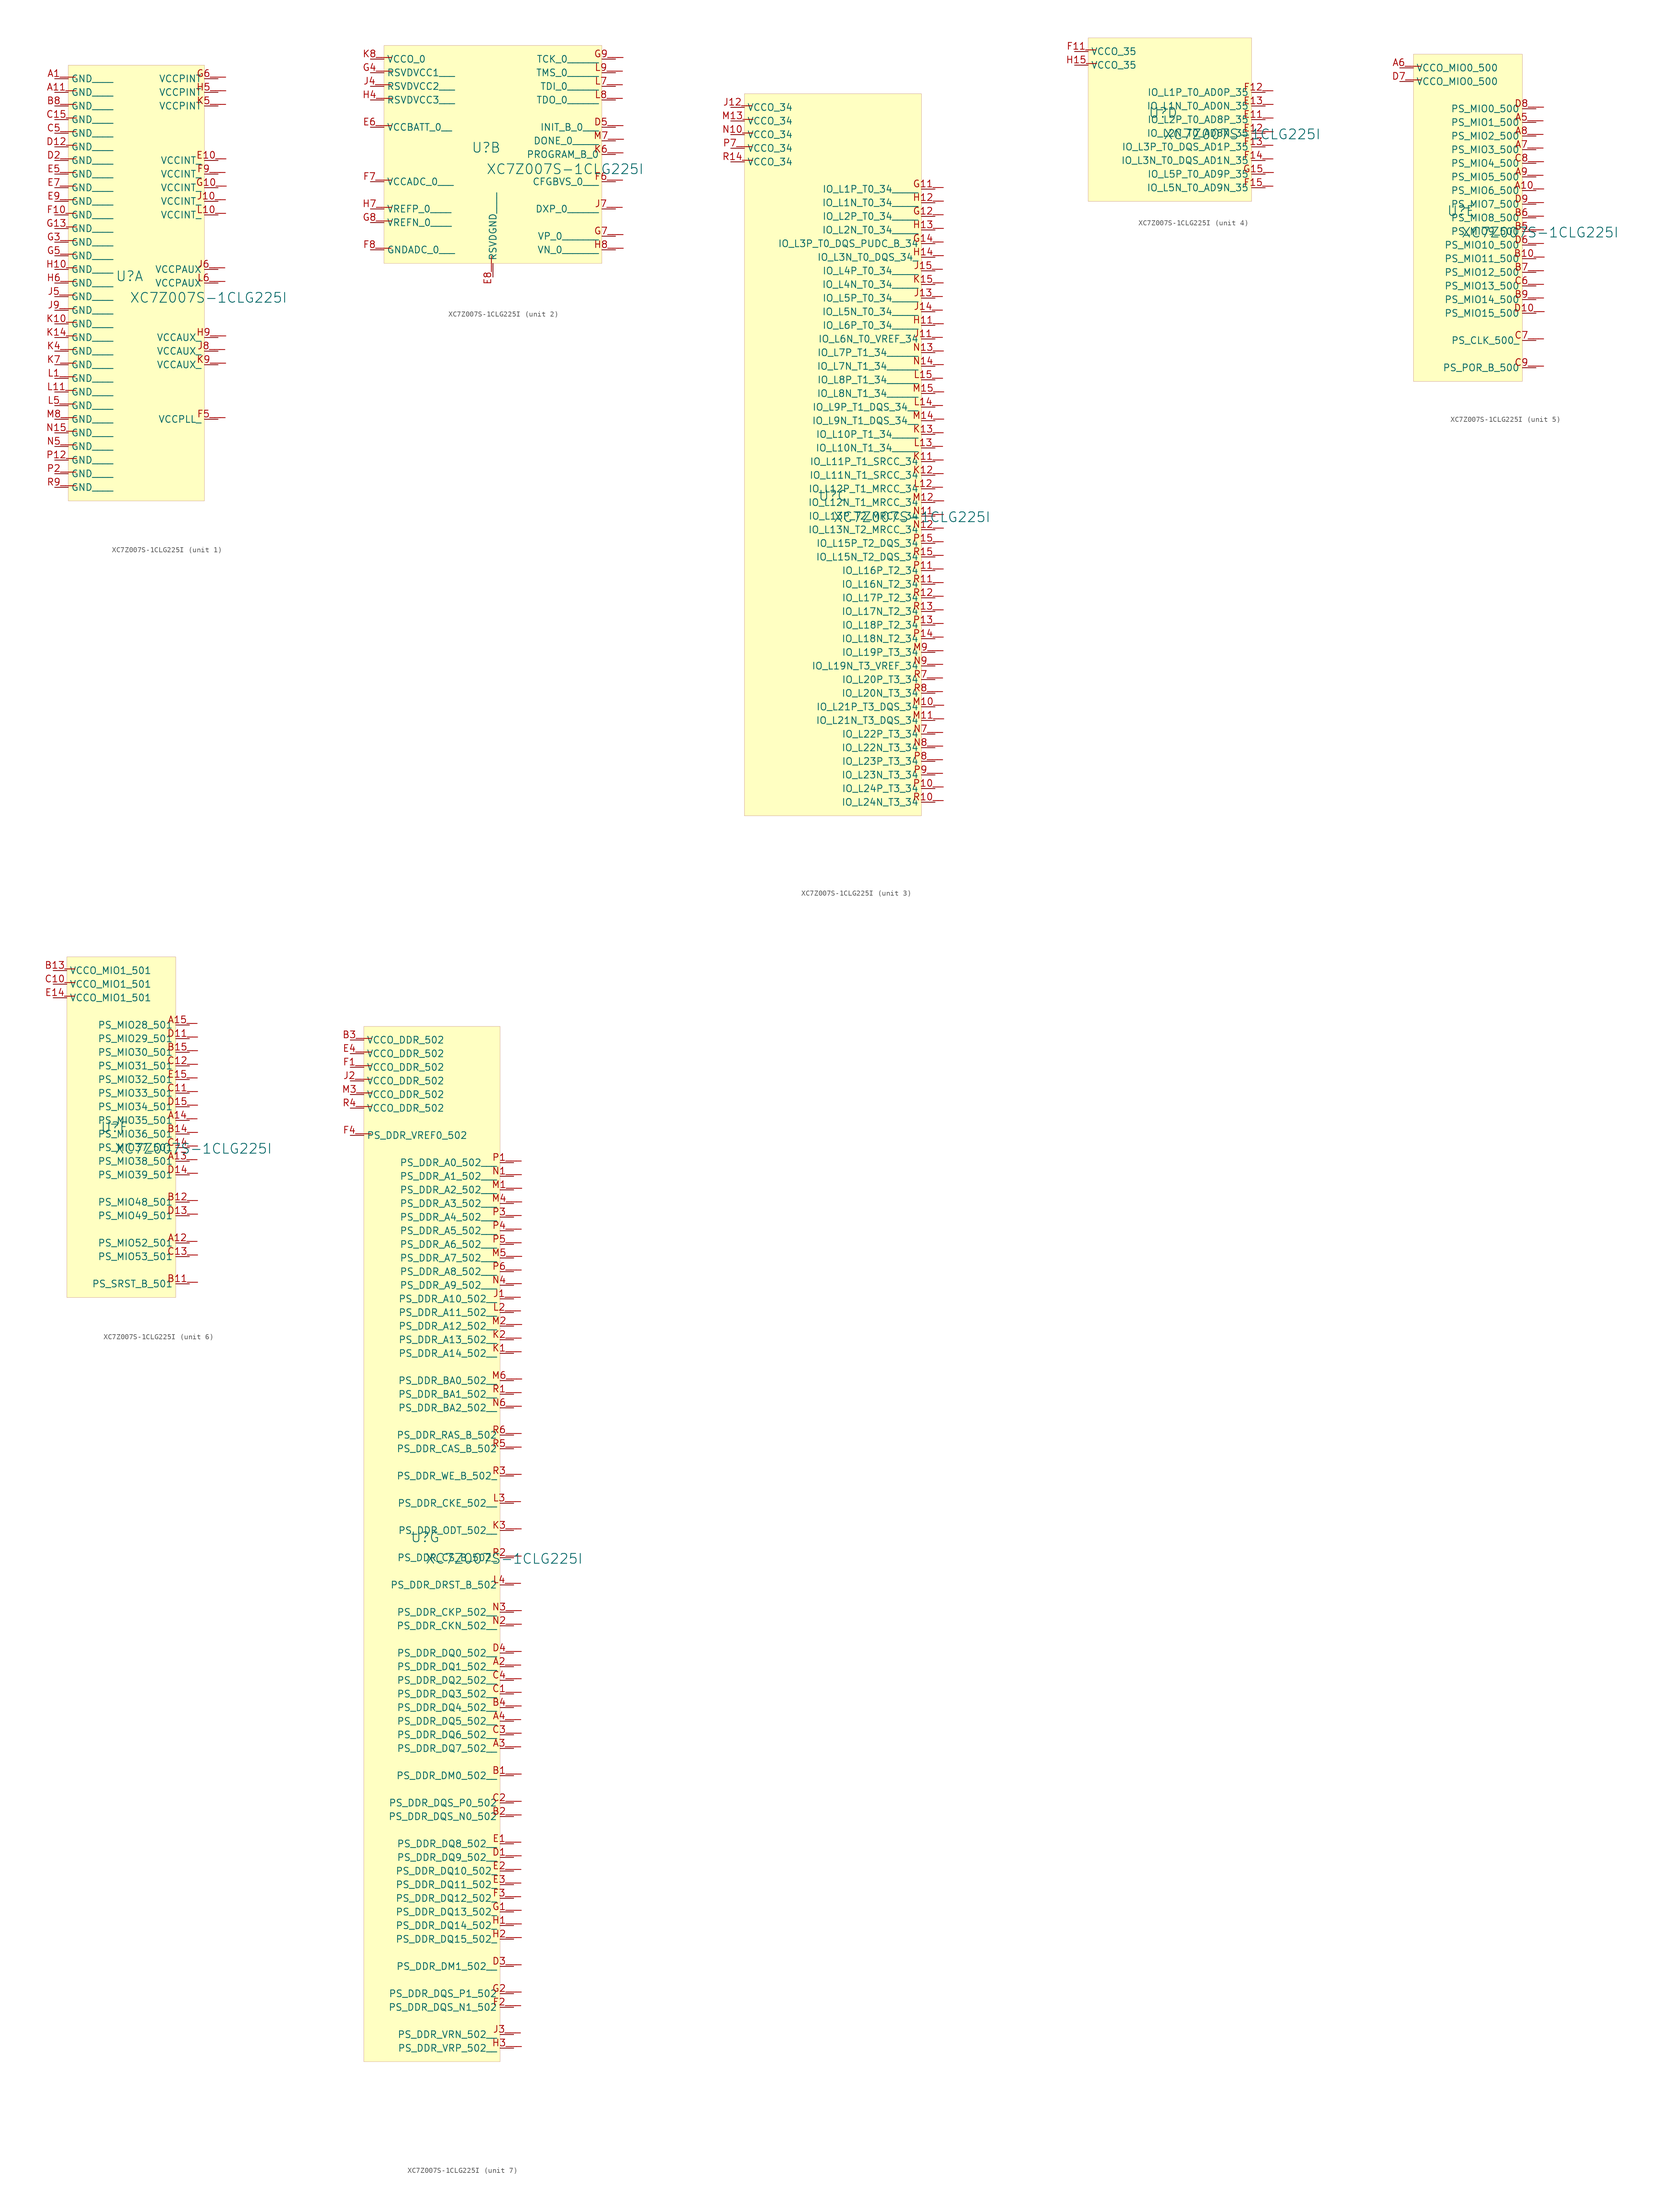
<source format=kicad_sym>
(kicad_symbol_lib
  (version 20231120)
  (generator "kicad_symbol_editor")
  (generator_version "8.0")
  (symbol "XC7Z007S-1CLG225I"
    (property "Reference" "U"
      (at -1.27 1.27 0)
      (effects (font (size 1.829 1.829))))
    (property "Value" "XC7Z007S-1CLG225I"
      (at -1.27 -3.81 0)
      (effects (font (size 1.829 1.829)) (justify left bottom)))
    (symbol "XC7Z007S-1CLG225I_1_0"
      (rectangle (start 12.7 40.64) (end -12.7 -40.64) (stroke (width 0.025) (type solid) (color 128 0 0 1)) (fill (type background)))
      (pin passive line (at -15.24 35.56 0) (length 2.54) (name "GND____" (effects (font (size 1.27 1.27)))) (number "A11__" (effects (font (size 1.27 1.27)))))
      (pin passive line (at -15.24 38.1 0) (length 2.54) (name "GND____" (effects (font (size 1.27 1.27)))) (number "A1___" (effects (font (size 1.27 1.27)))))
      (pin passive line (at -15.24 33.02 0) (length 2.54) (name "GND____" (effects (font (size 1.27 1.27)))) (number "B8___" (effects (font (size 1.27 1.27)))))
      (pin passive line (at -15.24 30.48 0) (length 2.54) (name "GND____" (effects (font (size 1.27 1.27)))) (number "C15__" (effects (font (size 1.27 1.27)))))
      (pin passive line (at -15.24 27.94 0) (length 2.54) (name "GND____" (effects (font (size 1.27 1.27)))) (number "C5___" (effects (font (size 1.27 1.27)))))
      (pin passive line (at -15.24 25.4 0) (length 2.54) (name "GND____" (effects (font (size 1.27 1.27)))) (number "D12__" (effects (font (size 1.27 1.27)))))
      (pin passive line (at -15.24 22.86 0) (length 2.54) (name "GND____" (effects (font (size 1.27 1.27)))) (number "D2___" (effects (font (size 1.27 1.27)))))
      (pin passive line (at 15.24 22.86 180) (length 2.54) (name "VCCINT_" (effects (font (size 1.27 1.27)))) (number "E10__" (effects (font (size 1.27 1.27)))))
      (pin passive line (at -15.24 20.32 0) (length 2.54) (name "GND____" (effects (font (size 1.27 1.27)))) (number "E5___" (effects (font (size 1.27 1.27)))))
      (pin passive line (at -15.24 17.78 0) (length 2.54) (name "GND____" (effects (font (size 1.27 1.27)))) (number "E7___" (effects (font (size 1.27 1.27)))))
      (pin passive line (at -15.24 15.24 0) (length 2.54) (name "GND____" (effects (font (size 1.27 1.27)))) (number "E9___" (effects (font (size 1.27 1.27)))))
      (pin passive line (at -15.24 12.7 0) (length 2.54) (name "GND____" (effects (font (size 1.27 1.27)))) (number "F10__" (effects (font (size 1.27 1.27)))))
      (pin passive line (at 15.24 -25.4 180) (length 2.54) (name "VCCPLL_" (effects (font (size 1.27 1.27)))) (number "F5___" (effects (font (size 1.27 1.27)))))
      (pin passive line (at 15.24 20.32 180) (length 2.54) (name "VCCINT_" (effects (font (size 1.27 1.27)))) (number "F9___" (effects (font (size 1.27 1.27)))))
      (pin passive line (at 15.24 17.78 180) (length 2.54) (name "VCCINT_" (effects (font (size 1.27 1.27)))) (number "G10__" (effects (font (size 1.27 1.27)))))
      (pin passive line (at -15.24 10.16 0) (length 2.54) (name "GND____" (effects (font (size 1.27 1.27)))) (number "G13__" (effects (font (size 1.27 1.27)))))
      (pin passive line (at -15.24 7.62 0) (length 2.54) (name "GND____" (effects (font (size 1.27 1.27)))) (number "G3___" (effects (font (size 1.27 1.27)))))
      (pin passive line (at -15.24 5.08 0) (length 2.54) (name "GND____" (effects (font (size 1.27 1.27)))) (number "G5___" (effects (font (size 1.27 1.27)))))
      (pin passive line (at 15.24 38.1 180) (length 2.54) (name "VCCPINT" (effects (font (size 1.27 1.27)))) (number "G6___" (effects (font (size 1.27 1.27)))))
      (pin passive line (at -15.24 2.54 0) (length 2.54) (name "GND____" (effects (font (size 1.27 1.27)))) (number "H10__" (effects (font (size 1.27 1.27)))))
      (pin passive line (at 15.24 35.56 180) (length 2.54) (name "VCCPINT" (effects (font (size 1.27 1.27)))) (number "H5___" (effects (font (size 1.27 1.27)))))
      (pin passive line (at -15.24 0 0) (length 2.54) (name "GND____" (effects (font (size 1.27 1.27)))) (number "H6___" (effects (font (size 1.27 1.27)))))
      (pin passive line (at 15.24 -10.16 180) (length 2.54) (name "VCCAUX_" (effects (font (size 1.27 1.27)))) (number "H9___" (effects (font (size 1.27 1.27)))))
      (pin passive line (at 15.24 15.24 180) (length 2.54) (name "VCCINT_" (effects (font (size 1.27 1.27)))) (number "J10__" (effects (font (size 1.27 1.27)))))
      (pin passive line (at -15.24 -2.54 0) (length 2.54) (name "GND____" (effects (font (size 1.27 1.27)))) (number "J5___" (effects (font (size 1.27 1.27)))))
      (pin passive line (at 15.24 2.54 180) (length 2.54) (name "VCCPAUX" (effects (font (size 1.27 1.27)))) (number "J6___" (effects (font (size 1.27 1.27)))))
      (pin passive line (at 15.24 -12.7 180) (length 2.54) (name "VCCAUX_" (effects (font (size 1.27 1.27)))) (number "J8___" (effects (font (size 1.27 1.27)))))
      (pin passive line (at -15.24 -5.08 0) (length 2.54) (name "GND____" (effects (font (size 1.27 1.27)))) (number "J9___" (effects (font (size 1.27 1.27)))))
      (pin passive line (at -15.24 -7.62 0) (length 2.54) (name "GND____" (effects (font (size 1.27 1.27)))) (number "K10__" (effects (font (size 1.27 1.27)))))
      (pin passive line (at -15.24 -10.16 0) (length 2.54) (name "GND____" (effects (font (size 1.27 1.27)))) (number "K14__" (effects (font (size 1.27 1.27)))))
      (pin passive line (at -15.24 -12.7 0) (length 2.54) (name "GND____" (effects (font (size 1.27 1.27)))) (number "K4___" (effects (font (size 1.27 1.27)))))
      (pin passive line (at 15.24 33.02 180) (length 2.54) (name "VCCPINT" (effects (font (size 1.27 1.27)))) (number "K5___" (effects (font (size 1.27 1.27)))))
      (pin passive line (at -15.24 -15.24 0) (length 2.54) (name "GND____" (effects (font (size 1.27 1.27)))) (number "K7___" (effects (font (size 1.27 1.27)))))
      (pin passive line (at 15.24 -15.24 180) (length 2.54) (name "VCCAUX_" (effects (font (size 1.27 1.27)))) (number "K9___" (effects (font (size 1.27 1.27)))))
      (pin passive line (at 15.24 12.7 180) (length 2.54) (name "VCCINT_" (effects (font (size 1.27 1.27)))) (number "L10__" (effects (font (size 1.27 1.27)))))
      (pin passive line (at -15.24 -20.32 0) (length 2.54) (name "GND____" (effects (font (size 1.27 1.27)))) (number "L11__" (effects (font (size 1.27 1.27)))))
      (pin passive line (at -15.24 -17.78 0) (length 2.54) (name "GND____" (effects (font (size 1.27 1.27)))) (number "L1___" (effects (font (size 1.27 1.27)))))
      (pin passive line (at -15.24 -22.86 0) (length 2.54) (name "GND____" (effects (font (size 1.27 1.27)))) (number "L5___" (effects (font (size 1.27 1.27)))))
      (pin passive line (at 15.24 0 180) (length 2.54) (name "VCCPAUX" (effects (font (size 1.27 1.27)))) (number "L6___" (effects (font (size 1.27 1.27)))))
      (pin passive line (at -15.24 -25.4 0) (length 2.54) (name "GND____" (effects (font (size 1.27 1.27)))) (number "M8___" (effects (font (size 1.27 1.27)))))
      (pin passive line (at -15.24 -27.94 0) (length 2.54) (name "GND____" (effects (font (size 1.27 1.27)))) (number "N15__" (effects (font (size 1.27 1.27)))))
      (pin passive line (at -15.24 -30.48 0) (length 2.54) (name "GND____" (effects (font (size 1.27 1.27)))) (number "N5___" (effects (font (size 1.27 1.27)))))
      (pin passive line (at -15.24 -33.02 0) (length 2.54) (name "GND____" (effects (font (size 1.27 1.27)))) (number "P12__" (effects (font (size 1.27 1.27)))))
      (pin passive line (at -15.24 -35.56 0) (length 2.54) (name "GND____" (effects (font (size 1.27 1.27)))) (number "P2___" (effects (font (size 1.27 1.27)))))
      (pin passive line (at -15.24 -38.1 0) (length 2.54) (name "GND____" (effects (font (size 1.27 1.27)))) (number "R9___" (effects (font (size 1.27 1.27))))))
    (symbol "XC7Z007S-1CLG225I_2_0"
      (rectangle (start 20.32 20.32) (end -20.32 -20.32) (stroke (width 0.025) (type solid) (color 128 0 0 1)) (fill (type background)))
      (pin passive line (at 22.86 5.08 180) (length 2.54) (name "INIT_B_0___" (effects (font (size 1.27 1.27)))) (number "D5___" (effects (font (size 1.27 1.27)))))
      (pin passive line (at -22.86 5.08 0) (length 2.54) (name "VCCBATT_0__" (effects (font (size 1.27 1.27)))) (number "E6___" (effects (font (size 1.27 1.27)))))
      (pin passive line (at 0 -22.86 90) (length 2.54) (name "RSVDGND____" (effects (font (size 1.27 1.27)))) (number "E8___" (effects (font (size 1.27 1.27)))))
      (pin passive line (at 22.86 -5.08 180) (length 2.54) (name "CFGBVS_0___" (effects (font (size 1.27 1.27)))) (number "F6___" (effects (font (size 1.27 1.27)))))
      (pin passive line (at -22.86 -5.08 0) (length 2.54) (name "VCCADC_0___" (effects (font (size 1.27 1.27)))) (number "F7___" (effects (font (size 1.27 1.27)))))
      (pin passive line (at -22.86 -17.78 0) (length 2.54) (name "GNDADC_0___" (effects (font (size 1.27 1.27)))) (number "F8___" (effects (font (size 1.27 1.27)))))
      (pin passive line (at -22.86 15.24 0) (length 2.54) (name "RSVDVCC1___" (effects (font (size 1.27 1.27)))) (number "G4___" (effects (font (size 1.27 1.27)))))
      (pin passive line (at 22.86 -15.24 180) (length 2.54) (name "VP_0_______" (effects (font (size 1.27 1.27)))) (number "G7___" (effects (font (size 1.27 1.27)))))
      (pin passive line (at -22.86 -12.7 0) (length 2.54) (name "VREFN_0____" (effects (font (size 1.27 1.27)))) (number "G8___" (effects (font (size 1.27 1.27)))))
      (pin passive line (at 22.86 17.78 180) (length 2.54) (name "TCK_0______" (effects (font (size 1.27 1.27)))) (number "G9___" (effects (font (size 1.27 1.27)))))
      (pin passive line (at -22.86 10.16 0) (length 2.54) (name "RSVDVCC3___" (effects (font (size 1.27 1.27)))) (number "H4___" (effects (font (size 1.27 1.27)))))
      (pin passive line (at -22.86 -10.16 0) (length 2.54) (name "VREFP_0____" (effects (font (size 1.27 1.27)))) (number "H7___" (effects (font (size 1.27 1.27)))))
      (pin passive line (at 22.86 -17.78 180) (length 2.54) (name "VN_0_______" (effects (font (size 1.27 1.27)))) (number "H8___" (effects (font (size 1.27 1.27)))))
      (pin passive line (at -22.86 12.7 0) (length 2.54) (name "RSVDVCC2___" (effects (font (size 1.27 1.27)))) (number "J4___" (effects (font (size 1.27 1.27)))))
      (pin passive line (at 22.86 -10.16 180) (length 2.54) (name "DXP_0______" (effects (font (size 1.27 1.27)))) (number "J7___" (effects (font (size 1.27 1.27)))))
      (pin passive line (at 22.86 0 180) (length 2.54) (name "PROGRAM_B_0" (effects (font (size 1.27 1.27)))) (number "K6___" (effects (font (size 1.27 1.27)))))
      (pin passive line (at -22.86 17.78 0) (length 2.54) (name "VCCO_0" (effects (font (size 1.27 1.27)))) (number "K8___" (effects (font (size 1.27 1.27)))))
      (pin passive line (at 22.86 12.7 180) (length 2.54) (name "TDI_0______" (effects (font (size 1.27 1.27)))) (number "L7___" (effects (font (size 1.27 1.27)))))
      (pin passive line (at 22.86 10.16 180) (length 2.54) (name "TDO_0______" (effects (font (size 1.27 1.27)))) (number "L8___" (effects (font (size 1.27 1.27)))))
      (pin passive line (at 22.86 15.24 180) (length 2.54) (name "TMS_0______" (effects (font (size 1.27 1.27)))) (number "L9___" (effects (font (size 1.27 1.27)))))
      (pin passive line (at 22.86 2.54 180) (length 2.54) (name "DONE_0_____" (effects (font (size 1.27 1.27)))) (number "M7___" (effects (font (size 1.27 1.27))))))
    (symbol "XC7Z007S-1CLG225I_3_0"
      (rectangle (start 15.24 76.2) (end -17.78 -58.42) (stroke (width 0.025) (type solid) (color 128 0 0 1)) (fill (type background)))
      (pin passive line (at 17.78 58.42 180) (length 2.54) (name "IO_L1P_T0_34_____" (effects (font (size 1.27 1.27)))) (number "G11__" (effects (font (size 1.27 1.27)))))
      (pin passive line (at 17.78 53.34 180) (length 2.54) (name "IO_L2P_T0_34_____" (effects (font (size 1.27 1.27)))) (number "G12__" (effects (font (size 1.27 1.27)))))
      (pin passive line (at 17.78 48.26 180) (length 2.54) (name "IO_L3P_T0_DQS_PUDC_B_34" (effects (font (size 1.27 1.27)))) (number "G14__" (effects (font (size 1.27 1.27)))))
      (pin passive line (at 17.78 33.02 180) (length 2.54) (name "IO_L6P_T0_34_____" (effects (font (size 1.27 1.27)))) (number "H11__" (effects (font (size 1.27 1.27)))))
      (pin passive line (at 17.78 55.88 180) (length 2.54) (name "IO_L1N_T0_34_____" (effects (font (size 1.27 1.27)))) (number "H12__" (effects (font (size 1.27 1.27)))))
      (pin passive line (at 17.78 50.8 180) (length 2.54) (name "IO_L2N_T0_34_____" (effects (font (size 1.27 1.27)))) (number "H13__" (effects (font (size 1.27 1.27)))))
      (pin passive line (at 17.78 45.72 180) (length 2.54) (name "IO_L3N_T0_DQS_34_" (effects (font (size 1.27 1.27)))) (number "H14__" (effects (font (size 1.27 1.27)))))
      (pin passive line (at 17.78 30.48 180) (length 2.54) (name "IO_L6N_T0_VREF_34" (effects (font (size 1.27 1.27)))) (number "J11__" (effects (font (size 1.27 1.27)))))
      (pin passive line (at -20.32 73.66 0) (length 2.54) (name "VCCO_34" (effects (font (size 1.27 1.27)))) (number "J12__" (effects (font (size 1.27 1.27)))))
      (pin passive line (at 17.78 38.1 180) (length 2.54) (name "IO_L5P_T0_34_____" (effects (font (size 1.27 1.27)))) (number "J13__" (effects (font (size 1.27 1.27)))))
      (pin passive line (at 17.78 35.56 180) (length 2.54) (name "IO_L5N_T0_34_____" (effects (font (size 1.27 1.27)))) (number "J14__" (effects (font (size 1.27 1.27)))))
      (pin passive line (at 17.78 43.18 180) (length 2.54) (name "IO_L4P_T0_34_____" (effects (font (size 1.27 1.27)))) (number "J15__" (effects (font (size 1.27 1.27)))))
      (pin passive line (at 17.78 7.62 180) (length 2.54) (name "IO_L11P_T1_SRCC_34" (effects (font (size 1.27 1.27)))) (number "K11__" (effects (font (size 1.27 1.27)))))
      (pin passive line (at 17.78 5.08 180) (length 2.54) (name "IO_L11N_T1_SRCC_34" (effects (font (size 1.27 1.27)))) (number "K12__" (effects (font (size 1.27 1.27)))))
      (pin passive line (at 17.78 12.7 180) (length 2.54) (name "IO_L10P_T1_34_____" (effects (font (size 1.27 1.27)))) (number "K13__" (effects (font (size 1.27 1.27)))))
      (pin passive line (at 17.78 40.64 180) (length 2.54) (name "IO_L4N_T0_34_____" (effects (font (size 1.27 1.27)))) (number "K15__" (effects (font (size 1.27 1.27)))))
      (pin passive line (at 17.78 2.54 180) (length 2.54) (name "IO_L12P_T1_MRCC_34" (effects (font (size 1.27 1.27)))) (number "L12__" (effects (font (size 1.27 1.27)))))
      (pin passive line (at 17.78 10.16 180) (length 2.54) (name "IO_L10N_T1_34_____" (effects (font (size 1.27 1.27)))) (number "L13__" (effects (font (size 1.27 1.27)))))
      (pin passive line (at 17.78 17.78 180) (length 2.54) (name "IO_L9P_T1_DQS_34__" (effects (font (size 1.27 1.27)))) (number "L14__" (effects (font (size 1.27 1.27)))))
      (pin passive line (at 17.78 22.86 180) (length 2.54) (name "IO_L8P_T1_34______" (effects (font (size 1.27 1.27)))) (number "L15__" (effects (font (size 1.27 1.27)))))
      (pin passive line (at 17.78 -38.1 180) (length 2.54) (name "IO_L21P_T3_DQS_34" (effects (font (size 1.27 1.27)))) (number "M10__" (effects (font (size 1.27 1.27)))))
      (pin passive line (at 17.78 -40.64 180) (length 2.54) (name "IO_L21N_T3_DQS_34" (effects (font (size 1.27 1.27)))) (number "M11__" (effects (font (size 1.27 1.27)))))
      (pin passive line (at 17.78 0 180) (length 2.54) (name "IO_L12N_T1_MRCC_34" (effects (font (size 1.27 1.27)))) (number "M12__" (effects (font (size 1.27 1.27)))))
      (pin passive line (at -20.32 71.12 0) (length 2.54) (name "VCCO_34" (effects (font (size 1.27 1.27)))) (number "M13__" (effects (font (size 1.27 1.27)))))
      (pin passive line (at 17.78 15.24 180) (length 2.54) (name "IO_L9N_T1_DQS_34__" (effects (font (size 1.27 1.27)))) (number "M14__" (effects (font (size 1.27 1.27)))))
      (pin passive line (at 17.78 20.32 180) (length 2.54) (name "IO_L8N_T1_34______" (effects (font (size 1.27 1.27)))) (number "M15__" (effects (font (size 1.27 1.27)))))
      (pin passive line (at 17.78 -27.94 180) (length 2.54) (name "IO_L19P_T3_34" (effects (font (size 1.27 1.27)))) (number "M9___" (effects (font (size 1.27 1.27)))))
      (pin passive line (at -20.32 68.58 0) (length 2.54) (name "VCCO_34" (effects (font (size 1.27 1.27)))) (number "N10__" (effects (font (size 1.27 1.27)))))
      (pin passive line (at 17.78 -2.54 180) (length 2.54) (name "IO_L13P_T2_MRCC_34" (effects (font (size 1.27 1.27)))) (number "N11__" (effects (font (size 1.27 1.27)))))
      (pin passive line (at 17.78 -5.08 180) (length 2.54) (name "IO_L13N_T2_MRCC_34" (effects (font (size 1.27 1.27)))) (number "N12__" (effects (font (size 1.27 1.27)))))
      (pin passive line (at 17.78 27.94 180) (length 2.54) (name "IO_L7P_T1_34______" (effects (font (size 1.27 1.27)))) (number "N13__" (effects (font (size 1.27 1.27)))))
      (pin passive line (at 17.78 25.4 180) (length 2.54) (name "IO_L7N_T1_34______" (effects (font (size 1.27 1.27)))) (number "N14__" (effects (font (size 1.27 1.27)))))
      (pin passive line (at 17.78 -43.18 180) (length 2.54) (name "IO_L22P_T3_34" (effects (font (size 1.27 1.27)))) (number "N7___" (effects (font (size 1.27 1.27)))))
      (pin passive line (at 17.78 -45.72 180) (length 2.54) (name "IO_L22N_T3_34" (effects (font (size 1.27 1.27)))) (number "N8___" (effects (font (size 1.27 1.27)))))
      (pin passive line (at 17.78 -30.48 180) (length 2.54) (name "IO_L19N_T3_VREF_34" (effects (font (size 1.27 1.27)))) (number "N9___" (effects (font (size 1.27 1.27)))))
      (pin passive line (at 17.78 -53.34 180) (length 2.54) (name "IO_L24P_T3_34" (effects (font (size 1.27 1.27)))) (number "P10__" (effects (font (size 1.27 1.27)))))
      (pin passive line (at 17.78 -12.7 180) (length 2.54) (name "IO_L16P_T2_34" (effects (font (size 1.27 1.27)))) (number "P11__" (effects (font (size 1.27 1.27)))))
      (pin passive line (at 17.78 -22.86 180) (length 2.54) (name "IO_L18P_T2_34" (effects (font (size 1.27 1.27)))) (number "P13__" (effects (font (size 1.27 1.27)))))
      (pin passive line (at 17.78 -25.4 180) (length 2.54) (name "IO_L18N_T2_34" (effects (font (size 1.27 1.27)))) (number "P14__" (effects (font (size 1.27 1.27)))))
      (pin passive line (at 17.78 -7.62 180) (length 2.54) (name "IO_L15P_T2_DQS_34" (effects (font (size 1.27 1.27)))) (number "P15__" (effects (font (size 1.27 1.27)))))
      (pin passive line (at -20.32 66.04 0) (length 2.54) (name "VCCO_34" (effects (font (size 1.27 1.27)))) (number "P7___" (effects (font (size 1.27 1.27)))))
      (pin passive line (at 17.78 -48.26 180) (length 2.54) (name "IO_L23P_T3_34" (effects (font (size 1.27 1.27)))) (number "P8___" (effects (font (size 1.27 1.27)))))
      (pin passive line (at 17.78 -50.8 180) (length 2.54) (name "IO_L23N_T3_34" (effects (font (size 1.27 1.27)))) (number "P9___" (effects (font (size 1.27 1.27)))))
      (pin passive line (at 17.78 -55.88 180) (length 2.54) (name "IO_L24N_T3_34" (effects (font (size 1.27 1.27)))) (number "R10__" (effects (font (size 1.27 1.27)))))
      (pin passive line (at 17.78 -15.24 180) (length 2.54) (name "IO_L16N_T2_34" (effects (font (size 1.27 1.27)))) (number "R11__" (effects (font (size 1.27 1.27)))))
      (pin passive line (at 17.78 -17.78 180) (length 2.54) (name "IO_L17P_T2_34" (effects (font (size 1.27 1.27)))) (number "R12__" (effects (font (size 1.27 1.27)))))
      (pin passive line (at 17.78 -20.32 180) (length 2.54) (name "IO_L17N_T2_34" (effects (font (size 1.27 1.27)))) (number "R13__" (effects (font (size 1.27 1.27)))))
      (pin passive line (at -20.32 63.5 0) (length 2.54) (name "VCCO_34" (effects (font (size 1.27 1.27)))) (number "R14__" (effects (font (size 1.27 1.27)))))
      (pin passive line (at 17.78 -10.16 180) (length 2.54) (name "IO_L15N_T2_DQS_34" (effects (font (size 1.27 1.27)))) (number "R15__" (effects (font (size 1.27 1.27)))))
      (pin passive line (at 17.78 -33.02 180) (length 2.54) (name "IO_L20P_T3_34" (effects (font (size 1.27 1.27)))) (number "R7___" (effects (font (size 1.27 1.27)))))
      (pin passive line (at 17.78 -35.56 180) (length 2.54) (name "IO_L20N_T3_34" (effects (font (size 1.27 1.27)))) (number "R8___" (effects (font (size 1.27 1.27))))))
    (symbol "XC7Z007S-1CLG225I_4_0"
      (rectangle (start 15.24 15.24) (end -15.24 -15.24) (stroke (width 0.025) (type solid) (color 128 0 0 1)) (fill (type background)))
      (pin passive line (at 17.78 0 180) (length 2.54) (name "IO_L2P_T0_AD8P_35" (effects (font (size 1.27 1.27)))) (number "E11__" (effects (font (size 1.27 1.27)))))
      (pin passive line (at 17.78 -2.54 180) (length 2.54) (name "IO_L2N_T0_AD8N_35" (effects (font (size 1.27 1.27)))) (number "E12__" (effects (font (size 1.27 1.27)))))
      (pin passive line (at 17.78 2.54 180) (length 2.54) (name "IO_L1N_T0_AD0N_35" (effects (font (size 1.27 1.27)))) (number "E13__" (effects (font (size 1.27 1.27)))))
      (pin passive line (at -17.78 12.7 0) (length 2.54) (name "VCCO_35" (effects (font (size 1.27 1.27)))) (number "F11__" (effects (font (size 1.27 1.27)))))
      (pin passive line (at 17.78 5.08 180) (length 2.54) (name "IO_L1P_T0_AD0P_35" (effects (font (size 1.27 1.27)))) (number "F12__" (effects (font (size 1.27 1.27)))))
      (pin passive line (at 17.78 -5.08 180) (length 2.54) (name "IO_L3P_T0_DQS_AD1P_35" (effects (font (size 1.27 1.27)))) (number "F13__" (effects (font (size 1.27 1.27)))))
      (pin passive line (at 17.78 -7.62 180) (length 2.54) (name "IO_L3N_T0_DQS_AD1N_35" (effects (font (size 1.27 1.27)))) (number "F14__" (effects (font (size 1.27 1.27)))))
      (pin passive line (at 17.78 -12.7 180) (length 2.54) (name "IO_L5N_T0_AD9N_35" (effects (font (size 1.27 1.27)))) (number "F15__" (effects (font (size 1.27 1.27)))))
      (pin passive line (at 17.78 -10.16 180) (length 2.54) (name "IO_L5P_T0_AD9P_35" (effects (font (size 1.27 1.27)))) (number "G15__" (effects (font (size 1.27 1.27)))))
      (pin passive line (at -17.78 10.16 0) (length 2.54) (name "VCCO_35" (effects (font (size 1.27 1.27)))) (number "H15__" (effects (font (size 1.27 1.27))))))
    (symbol "XC7Z007S-1CLG225I_5_0"
      (rectangle (start 10.16 30.48) (end -10.16 -30.48) (stroke (width 0.025) (type solid) (color 128 0 0 1)) (fill (type background)))
      (pin passive line (at 12.7 5.08 180) (length 2.54) (name "PS_MIO6_500" (effects (font (size 1.27 1.27)))) (number "A10__" (effects (font (size 1.27 1.27)))))
      (pin passive line (at 12.7 17.78 180) (length 2.54) (name "PS_MIO1_500" (effects (font (size 1.27 1.27)))) (number "A5___" (effects (font (size 1.27 1.27)))))
      (pin passive line (at -12.7 27.94 0) (length 2.54) (name "VCCO_MIO0_500" (effects (font (size 1.27 1.27)))) (number "A6___" (effects (font (size 1.27 1.27)))))
      (pin passive line (at 12.7 12.7 180) (length 2.54) (name "PS_MIO3_500" (effects (font (size 1.27 1.27)))) (number "A7___" (effects (font (size 1.27 1.27)))))
      (pin passive line (at 12.7 15.24 180) (length 2.54) (name "PS_MIO2_500" (effects (font (size 1.27 1.27)))) (number "A8___" (effects (font (size 1.27 1.27)))))
      (pin passive line (at 12.7 7.62 180) (length 2.54) (name "PS_MIO5_500" (effects (font (size 1.27 1.27)))) (number "A9___" (effects (font (size 1.27 1.27)))))
      (pin passive line (at 12.7 -7.62 180) (length 2.54) (name "PS_MIO11_500" (effects (font (size 1.27 1.27)))) (number "B10__" (effects (font (size 1.27 1.27)))))
      (pin passive line (at 12.7 -2.54 180) (length 2.54) (name "PS_MIO9_500" (effects (font (size 1.27 1.27)))) (number "B5___" (effects (font (size 1.27 1.27)))))
      (pin passive line (at 12.7 0 180) (length 2.54) (name "PS_MIO8_500" (effects (font (size 1.27 1.27)))) (number "B6___" (effects (font (size 1.27 1.27)))))
      (pin passive line (at 12.7 -10.16 180) (length 2.54) (name "PS_MIO12_500" (effects (font (size 1.27 1.27)))) (number "B7___" (effects (font (size 1.27 1.27)))))
      (pin passive line (at 12.7 -15.24 180) (length 2.54) (name "PS_MIO14_500" (effects (font (size 1.27 1.27)))) (number "B9___" (effects (font (size 1.27 1.27)))))
      (pin passive line (at 12.7 -12.7 180) (length 2.54) (name "PS_MIO13_500" (effects (font (size 1.27 1.27)))) (number "C6___" (effects (font (size 1.27 1.27)))))
      (pin passive line (at 12.7 -22.86 180) (length 2.54) (name "PS_CLK_500_" (effects (font (size 1.27 1.27)))) (number "C7___" (effects (font (size 1.27 1.27)))))
      (pin passive line (at 12.7 10.16 180) (length 2.54) (name "PS_MIO4_500" (effects (font (size 1.27 1.27)))) (number "C8___" (effects (font (size 1.27 1.27)))))
      (pin passive line (at 12.7 -27.94 180) (length 2.54) (name "PS_POR_B_500" (effects (font (size 1.27 1.27)))) (number "C9___" (effects (font (size 1.27 1.27)))))
      (pin passive line (at 12.7 -17.78 180) (length 2.54) (name "PS_MIO15_500" (effects (font (size 1.27 1.27)))) (number "D10__" (effects (font (size 1.27 1.27)))))
      (pin passive line (at 12.7 -5.08 180) (length 2.54) (name "PS_MIO10_500" (effects (font (size 1.27 1.27)))) (number "D6___" (effects (font (size 1.27 1.27)))))
      (pin passive line (at -12.7 25.4 0) (length 2.54) (name "VCCO_MIO0_500" (effects (font (size 1.27 1.27)))) (number "D7___" (effects (font (size 1.27 1.27)))))
      (pin passive line (at 12.7 20.32 180) (length 2.54) (name "PS_MIO0_500" (effects (font (size 1.27 1.27)))) (number "D8___" (effects (font (size 1.27 1.27)))))
      (pin passive line (at 12.7 2.54 180) (length 2.54) (name "PS_MIO7_500" (effects (font (size 1.27 1.27)))) (number "D9___" (effects (font (size 1.27 1.27))))))
    (symbol "XC7Z007S-1CLG225I_6_0"
      (rectangle (start 10.16 33.02) (end -10.16 -30.48) (stroke (width 0.025) (type solid) (color 128 0 0 1)) (fill (type background)))
      (pin passive line (at 12.7 -20.32 180) (length 2.54) (name "PS_MIO52_501" (effects (font (size 1.27 1.27)))) (number "A12__" (effects (font (size 1.27 1.27)))))
      (pin passive line (at 12.7 -5.08 180) (length 2.54) (name "PS_MIO38_501" (effects (font (size 1.27 1.27)))) (number "A13__" (effects (font (size 1.27 1.27)))))
      (pin passive line (at 12.7 2.54 180) (length 2.54) (name "PS_MIO35_501" (effects (font (size 1.27 1.27)))) (number "A14__" (effects (font (size 1.27 1.27)))))
      (pin passive line (at 12.7 20.32 180) (length 2.54) (name "PS_MIO28_501" (effects (font (size 1.27 1.27)))) (number "A15__" (effects (font (size 1.27 1.27)))))
      (pin passive line (at 12.7 -27.94 180) (length 2.54) (name "PS_SRST_B_501" (effects (font (size 1.27 1.27)))) (number "B11__" (effects (font (size 1.27 1.27)))))
      (pin passive line (at 12.7 -12.7 180) (length 2.54) (name "PS_MIO48_501" (effects (font (size 1.27 1.27)))) (number "B12__" (effects (font (size 1.27 1.27)))))
      (pin passive line (at -12.7 30.48 0) (length 2.54) (name "VCCO_MIO1_501" (effects (font (size 1.27 1.27)))) (number "B13__" (effects (font (size 1.27 1.27)))))
      (pin passive line (at 12.7 0 180) (length 2.54) (name "PS_MIO36_501" (effects (font (size 1.27 1.27)))) (number "B14__" (effects (font (size 1.27 1.27)))))
      (pin passive line (at 12.7 15.24 180) (length 2.54) (name "PS_MIO30_501" (effects (font (size 1.27 1.27)))) (number "B15__" (effects (font (size 1.27 1.27)))))
      (pin passive line (at -12.7 27.94 0) (length 2.54) (name "VCCO_MIO1_501" (effects (font (size 1.27 1.27)))) (number "C10__" (effects (font (size 1.27 1.27)))))
      (pin passive line (at 12.7 7.62 180) (length 2.54) (name "PS_MIO33_501" (effects (font (size 1.27 1.27)))) (number "C11__" (effects (font (size 1.27 1.27)))))
      (pin passive line (at 12.7 12.7 180) (length 2.54) (name "PS_MIO31_501" (effects (font (size 1.27 1.27)))) (number "C12__" (effects (font (size 1.27 1.27)))))
      (pin passive line (at 12.7 -22.86 180) (length 2.54) (name "PS_MIO53_501" (effects (font (size 1.27 1.27)))) (number "C13__" (effects (font (size 1.27 1.27)))))
      (pin passive line (at 12.7 -2.54 180) (length 2.54) (name "PS_MIO37_501" (effects (font (size 1.27 1.27)))) (number "C14__" (effects (font (size 1.27 1.27)))))
      (pin passive line (at 12.7 17.78 180) (length 2.54) (name "PS_MIO29_501" (effects (font (size 1.27 1.27)))) (number "D11__" (effects (font (size 1.27 1.27)))))
      (pin passive line (at 12.7 -15.24 180) (length 2.54) (name "PS_MIO49_501" (effects (font (size 1.27 1.27)))) (number "D13__" (effects (font (size 1.27 1.27)))))
      (pin passive line (at 12.7 -7.62 180) (length 2.54) (name "PS_MIO39_501" (effects (font (size 1.27 1.27)))) (number "D14__" (effects (font (size 1.27 1.27)))))
      (pin passive line (at 12.7 5.08 180) (length 2.54) (name "PS_MIO34_501" (effects (font (size 1.27 1.27)))) (number "D15__" (effects (font (size 1.27 1.27)))))
      (pin passive line (at -12.7 25.4 0) (length 2.54) (name "VCCO_MIO1_501" (effects (font (size 1.27 1.27)))) (number "E14__" (effects (font (size 1.27 1.27)))))
      (pin passive line (at 12.7 10.16 180) (length 2.54) (name "PS_MIO32_501" (effects (font (size 1.27 1.27)))) (number "E15__" (effects (font (size 1.27 1.27))))))
    (symbol "XC7Z007S-1CLG225I_7_0"
      (rectangle (start 12.7 96.52) (end -12.7 -96.52) (stroke (width 0.025) (type solid) (color 128 0 0 1)) (fill (type background)))
      (pin passive line (at 15.24 -22.86 180) (length 2.54) (name "PS_DDR_DQ1_502__" (effects (font (size 1.27 1.27)))) (number "A2___" (effects (font (size 1.27 1.27)))))
      (pin passive line (at 15.24 -38.1 180) (length 2.54) (name "PS_DDR_DQ7_502__" (effects (font (size 1.27 1.27)))) (number "A3___" (effects (font (size 1.27 1.27)))))
      (pin passive line (at 15.24 -33.02 180) (length 2.54) (name "PS_DDR_DQ5_502__" (effects (font (size 1.27 1.27)))) (number "A4___" (effects (font (size 1.27 1.27)))))
      (pin passive line (at 15.24 -43.18 180) (length 2.54) (name "PS_DDR_DM0_502__" (effects (font (size 1.27 1.27)))) (number "B1___" (effects (font (size 1.27 1.27)))))
      (pin passive line (at 15.24 -50.8 180) (length 2.54) (name "PS_DDR_DQS_N0_502" (effects (font (size 1.27 1.27)))) (number "B2___" (effects (font (size 1.27 1.27)))))
      (pin passive line (at -15.24 93.98 0) (length 2.54) (name "VCCO_DDR_502" (effects (font (size 1.27 1.27)))) (number "B3___" (effects (font (size 1.27 1.27)))))
      (pin passive line (at 15.24 -30.48 180) (length 2.54) (name "PS_DDR_DQ4_502__" (effects (font (size 1.27 1.27)))) (number "B4___" (effects (font (size 1.27 1.27)))))
      (pin passive line (at 15.24 -27.94 180) (length 2.54) (name "PS_DDR_DQ3_502__" (effects (font (size 1.27 1.27)))) (number "C1___" (effects (font (size 1.27 1.27)))))
      (pin passive line (at 15.24 -48.26 180) (length 2.54) (name "PS_DDR_DQS_P0_502" (effects (font (size 1.27 1.27)))) (number "C2___" (effects (font (size 1.27 1.27)))))
      (pin passive line (at 15.24 -35.56 180) (length 2.54) (name "PS_DDR_DQ6_502__" (effects (font (size 1.27 1.27)))) (number "C3___" (effects (font (size 1.27 1.27)))))
      (pin passive line (at 15.24 -25.4 180) (length 2.54) (name "PS_DDR_DQ2_502__" (effects (font (size 1.27 1.27)))) (number "C4___" (effects (font (size 1.27 1.27)))))
      (pin passive line (at 15.24 -58.42 180) (length 2.54) (name "PS_DDR_DQ9_502__" (effects (font (size 1.27 1.27)))) (number "D1___" (effects (font (size 1.27 1.27)))))
      (pin passive line (at 15.24 -78.74 180) (length 2.54) (name "PS_DDR_DM1_502__" (effects (font (size 1.27 1.27)))) (number "D3___" (effects (font (size 1.27 1.27)))))
      (pin passive line (at 15.24 -20.32 180) (length 2.54) (name "PS_DDR_DQ0_502__" (effects (font (size 1.27 1.27)))) (number "D4___" (effects (font (size 1.27 1.27)))))
      (pin passive line (at 15.24 -55.88 180) (length 2.54) (name "PS_DDR_DQ8_502__" (effects (font (size 1.27 1.27)))) (number "E1___" (effects (font (size 1.27 1.27)))))
      (pin passive line (at 15.24 -60.96 180) (length 2.54) (name "PS_DDR_DQ10_502_" (effects (font (size 1.27 1.27)))) (number "E2___" (effects (font (size 1.27 1.27)))))
      (pin passive line (at 15.24 -63.5 180) (length 2.54) (name "PS_DDR_DQ11_502_" (effects (font (size 1.27 1.27)))) (number "E3___" (effects (font (size 1.27 1.27)))))
      (pin passive line (at -15.24 91.44 0) (length 2.54) (name "VCCO_DDR_502" (effects (font (size 1.27 1.27)))) (number "E4___" (effects (font (size 1.27 1.27)))))
      (pin passive line (at -15.24 88.9 0) (length 2.54) (name "VCCO_DDR_502" (effects (font (size 1.27 1.27)))) (number "F1___" (effects (font (size 1.27 1.27)))))
      (pin passive line (at 15.24 -86.36 180) (length 2.54) (name "PS_DDR_DQS_N1_502" (effects (font (size 1.27 1.27)))) (number "F2___" (effects (font (size 1.27 1.27)))))
      (pin passive line (at 15.24 -66.04 180) (length 2.54) (name "PS_DDR_DQ12_502_" (effects (font (size 1.27 1.27)))) (number "F3___" (effects (font (size 1.27 1.27)))))
      (pin passive line (at -15.24 76.2 0) (length 2.54) (name "PS_DDR_VREF0_502" (effects (font (size 1.27 1.27)))) (number "F4___" (effects (font (size 1.27 1.27)))))
      (pin passive line (at 15.24 -68.58 180) (length 2.54) (name "PS_DDR_DQ13_502_" (effects (font (size 1.27 1.27)))) (number "G1___" (effects (font (size 1.27 1.27)))))
      (pin passive line (at 15.24 -83.82 180) (length 2.54) (name "PS_DDR_DQS_P1_502" (effects (font (size 1.27 1.27)))) (number "G2___" (effects (font (size 1.27 1.27)))))
      (pin passive line (at 15.24 -71.12 180) (length 2.54) (name "PS_DDR_DQ14_502_" (effects (font (size 1.27 1.27)))) (number "H1___" (effects (font (size 1.27 1.27)))))
      (pin passive line (at 15.24 -73.66 180) (length 2.54) (name "PS_DDR_DQ15_502_" (effects (font (size 1.27 1.27)))) (number "H2___" (effects (font (size 1.27 1.27)))))
      (pin passive line (at 15.24 -93.98 180) (length 2.54) (name "PS_DDR_VRP_502__" (effects (font (size 1.27 1.27)))) (number "H3___" (effects (font (size 1.27 1.27)))))
      (pin passive line (at 15.24 45.72 180) (length 2.54) (name "PS_DDR_A10_502__" (effects (font (size 1.27 1.27)))) (number "J1___" (effects (font (size 1.27 1.27)))))
      (pin passive line (at -15.24 86.36 0) (length 2.54) (name "VCCO_DDR_502" (effects (font (size 1.27 1.27)))) (number "J2___" (effects (font (size 1.27 1.27)))))
      (pin passive line (at 15.24 -91.44 180) (length 2.54) (name "PS_DDR_VRN_502__" (effects (font (size 1.27 1.27)))) (number "J3___" (effects (font (size 1.27 1.27)))))
      (pin passive line (at 15.24 35.56 180) (length 2.54) (name "PS_DDR_A14_502__" (effects (font (size 1.27 1.27)))) (number "K1___" (effects (font (size 1.27 1.27)))))
      (pin passive line (at 15.24 38.1 180) (length 2.54) (name "PS_DDR_A13_502__" (effects (font (size 1.27 1.27)))) (number "K2___" (effects (font (size 1.27 1.27)))))
      (pin passive line (at 15.24 2.54 180) (length 2.54) (name "PS_DDR_ODT_502__" (effects (font (size 1.27 1.27)))) (number "K3___" (effects (font (size 1.27 1.27)))))
      (pin passive line (at 15.24 43.18 180) (length 2.54) (name "PS_DDR_A11_502__" (effects (font (size 1.27 1.27)))) (number "L2___" (effects (font (size 1.27 1.27)))))
      (pin passive line (at 15.24 7.62 180) (length 2.54) (name "PS_DDR_CKE_502__" (effects (font (size 1.27 1.27)))) (number "L3___" (effects (font (size 1.27 1.27)))))
      (pin passive line (at 15.24 -7.62 180) (length 2.54) (name "PS_DDR_DRST_B_502" (effects (font (size 1.27 1.27)))) (number "L4___" (effects (font (size 1.27 1.27)))))
      (pin passive line (at 15.24 66.04 180) (length 2.54) (name "PS_DDR_A2_502___" (effects (font (size 1.27 1.27)))) (number "M1___" (effects (font (size 1.27 1.27)))))
      (pin passive line (at 15.24 40.64 180) (length 2.54) (name "PS_DDR_A12_502__" (effects (font (size 1.27 1.27)))) (number "M2___" (effects (font (size 1.27 1.27)))))
      (pin passive line (at -15.24 83.82 0) (length 2.54) (name "VCCO_DDR_502" (effects (font (size 1.27 1.27)))) (number "M3___" (effects (font (size 1.27 1.27)))))
      (pin passive line (at 15.24 63.5 180) (length 2.54) (name "PS_DDR_A3_502___" (effects (font (size 1.27 1.27)))) (number "M4___" (effects (font (size 1.27 1.27)))))
      (pin passive line (at 15.24 53.34 180) (length 2.54) (name "PS_DDR_A7_502___" (effects (font (size 1.27 1.27)))) (number "M5___" (effects (font (size 1.27 1.27)))))
      (pin passive line (at 15.24 30.48 180) (length 2.54) (name "PS_DDR_BA0_502__" (effects (font (size 1.27 1.27)))) (number "M6___" (effects (font (size 1.27 1.27)))))
      (pin passive line (at 15.24 68.58 180) (length 2.54) (name "PS_DDR_A1_502___" (effects (font (size 1.27 1.27)))) (number "N1___" (effects (font (size 1.27 1.27)))))
      (pin passive line (at 15.24 -15.24 180) (length 2.54) (name "PS_DDR_CKN_502__" (effects (font (size 1.27 1.27)))) (number "N2___" (effects (font (size 1.27 1.27)))))
      (pin passive line (at 15.24 -12.7 180) (length 2.54) (name "PS_DDR_CKP_502__" (effects (font (size 1.27 1.27)))) (number "N3___" (effects (font (size 1.27 1.27)))))
      (pin passive line (at 15.24 48.26 180) (length 2.54) (name "PS_DDR_A9_502___" (effects (font (size 1.27 1.27)))) (number "N4___" (effects (font (size 1.27 1.27)))))
      (pin passive line (at 15.24 25.4 180) (length 2.54) (name "PS_DDR_BA2_502__" (effects (font (size 1.27 1.27)))) (number "N6___" (effects (font (size 1.27 1.27)))))
      (pin passive line (at 15.24 71.12 180) (length 2.54) (name "PS_DDR_A0_502___" (effects (font (size 1.27 1.27)))) (number "P1___" (effects (font (size 1.27 1.27)))))
      (pin passive line (at 15.24 60.96 180) (length 2.54) (name "PS_DDR_A4_502___" (effects (font (size 1.27 1.27)))) (number "P3___" (effects (font (size 1.27 1.27)))))
      (pin passive line (at 15.24 58.42 180) (length 2.54) (name "PS_DDR_A5_502___" (effects (font (size 1.27 1.27)))) (number "P4___" (effects (font (size 1.27 1.27)))))
      (pin passive line (at 15.24 55.88 180) (length 2.54) (name "PS_DDR_A6_502___" (effects (font (size 1.27 1.27)))) (number "P5___" (effects (font (size 1.27 1.27)))))
      (pin passive line (at 15.24 50.8 180) (length 2.54) (name "PS_DDR_A8_502___" (effects (font (size 1.27 1.27)))) (number "P6___" (effects (font (size 1.27 1.27)))))
      (pin passive line (at 15.24 27.94 180) (length 2.54) (name "PS_DDR_BA1_502__" (effects (font (size 1.27 1.27)))) (number "R1___" (effects (font (size 1.27 1.27)))))
      (pin passive line (at 15.24 -2.54 180) (length 2.54) (name "PS_DDR_CS_B_502_" (effects (font (size 1.27 1.27)))) (number "R2___" (effects (font (size 1.27 1.27)))))
      (pin passive line (at 15.24 12.7 180) (length 2.54) (name "PS_DDR_WE_B_502_" (effects (font (size 1.27 1.27)))) (number "R3___" (effects (font (size 1.27 1.27)))))
      (pin passive line (at -15.24 81.28 0) (length 2.54) (name "VCCO_DDR_502" (effects (font (size 1.27 1.27)))) (number "R4___" (effects (font (size 1.27 1.27)))))
      (pin passive line (at 15.24 17.78 180) (length 2.54) (name "PS_DDR_CAS_B_502" (effects (font (size 1.27 1.27)))) (number "R5___" (effects (font (size 1.27 1.27)))))
      (pin passive line (at 15.24 20.32 180) (length 2.54) (name "PS_DDR_RAS_B_502" (effects (font (size 1.27 1.27)))) (number "R6___" (effects (font (size 1.27 1.27))))))))
</source>
